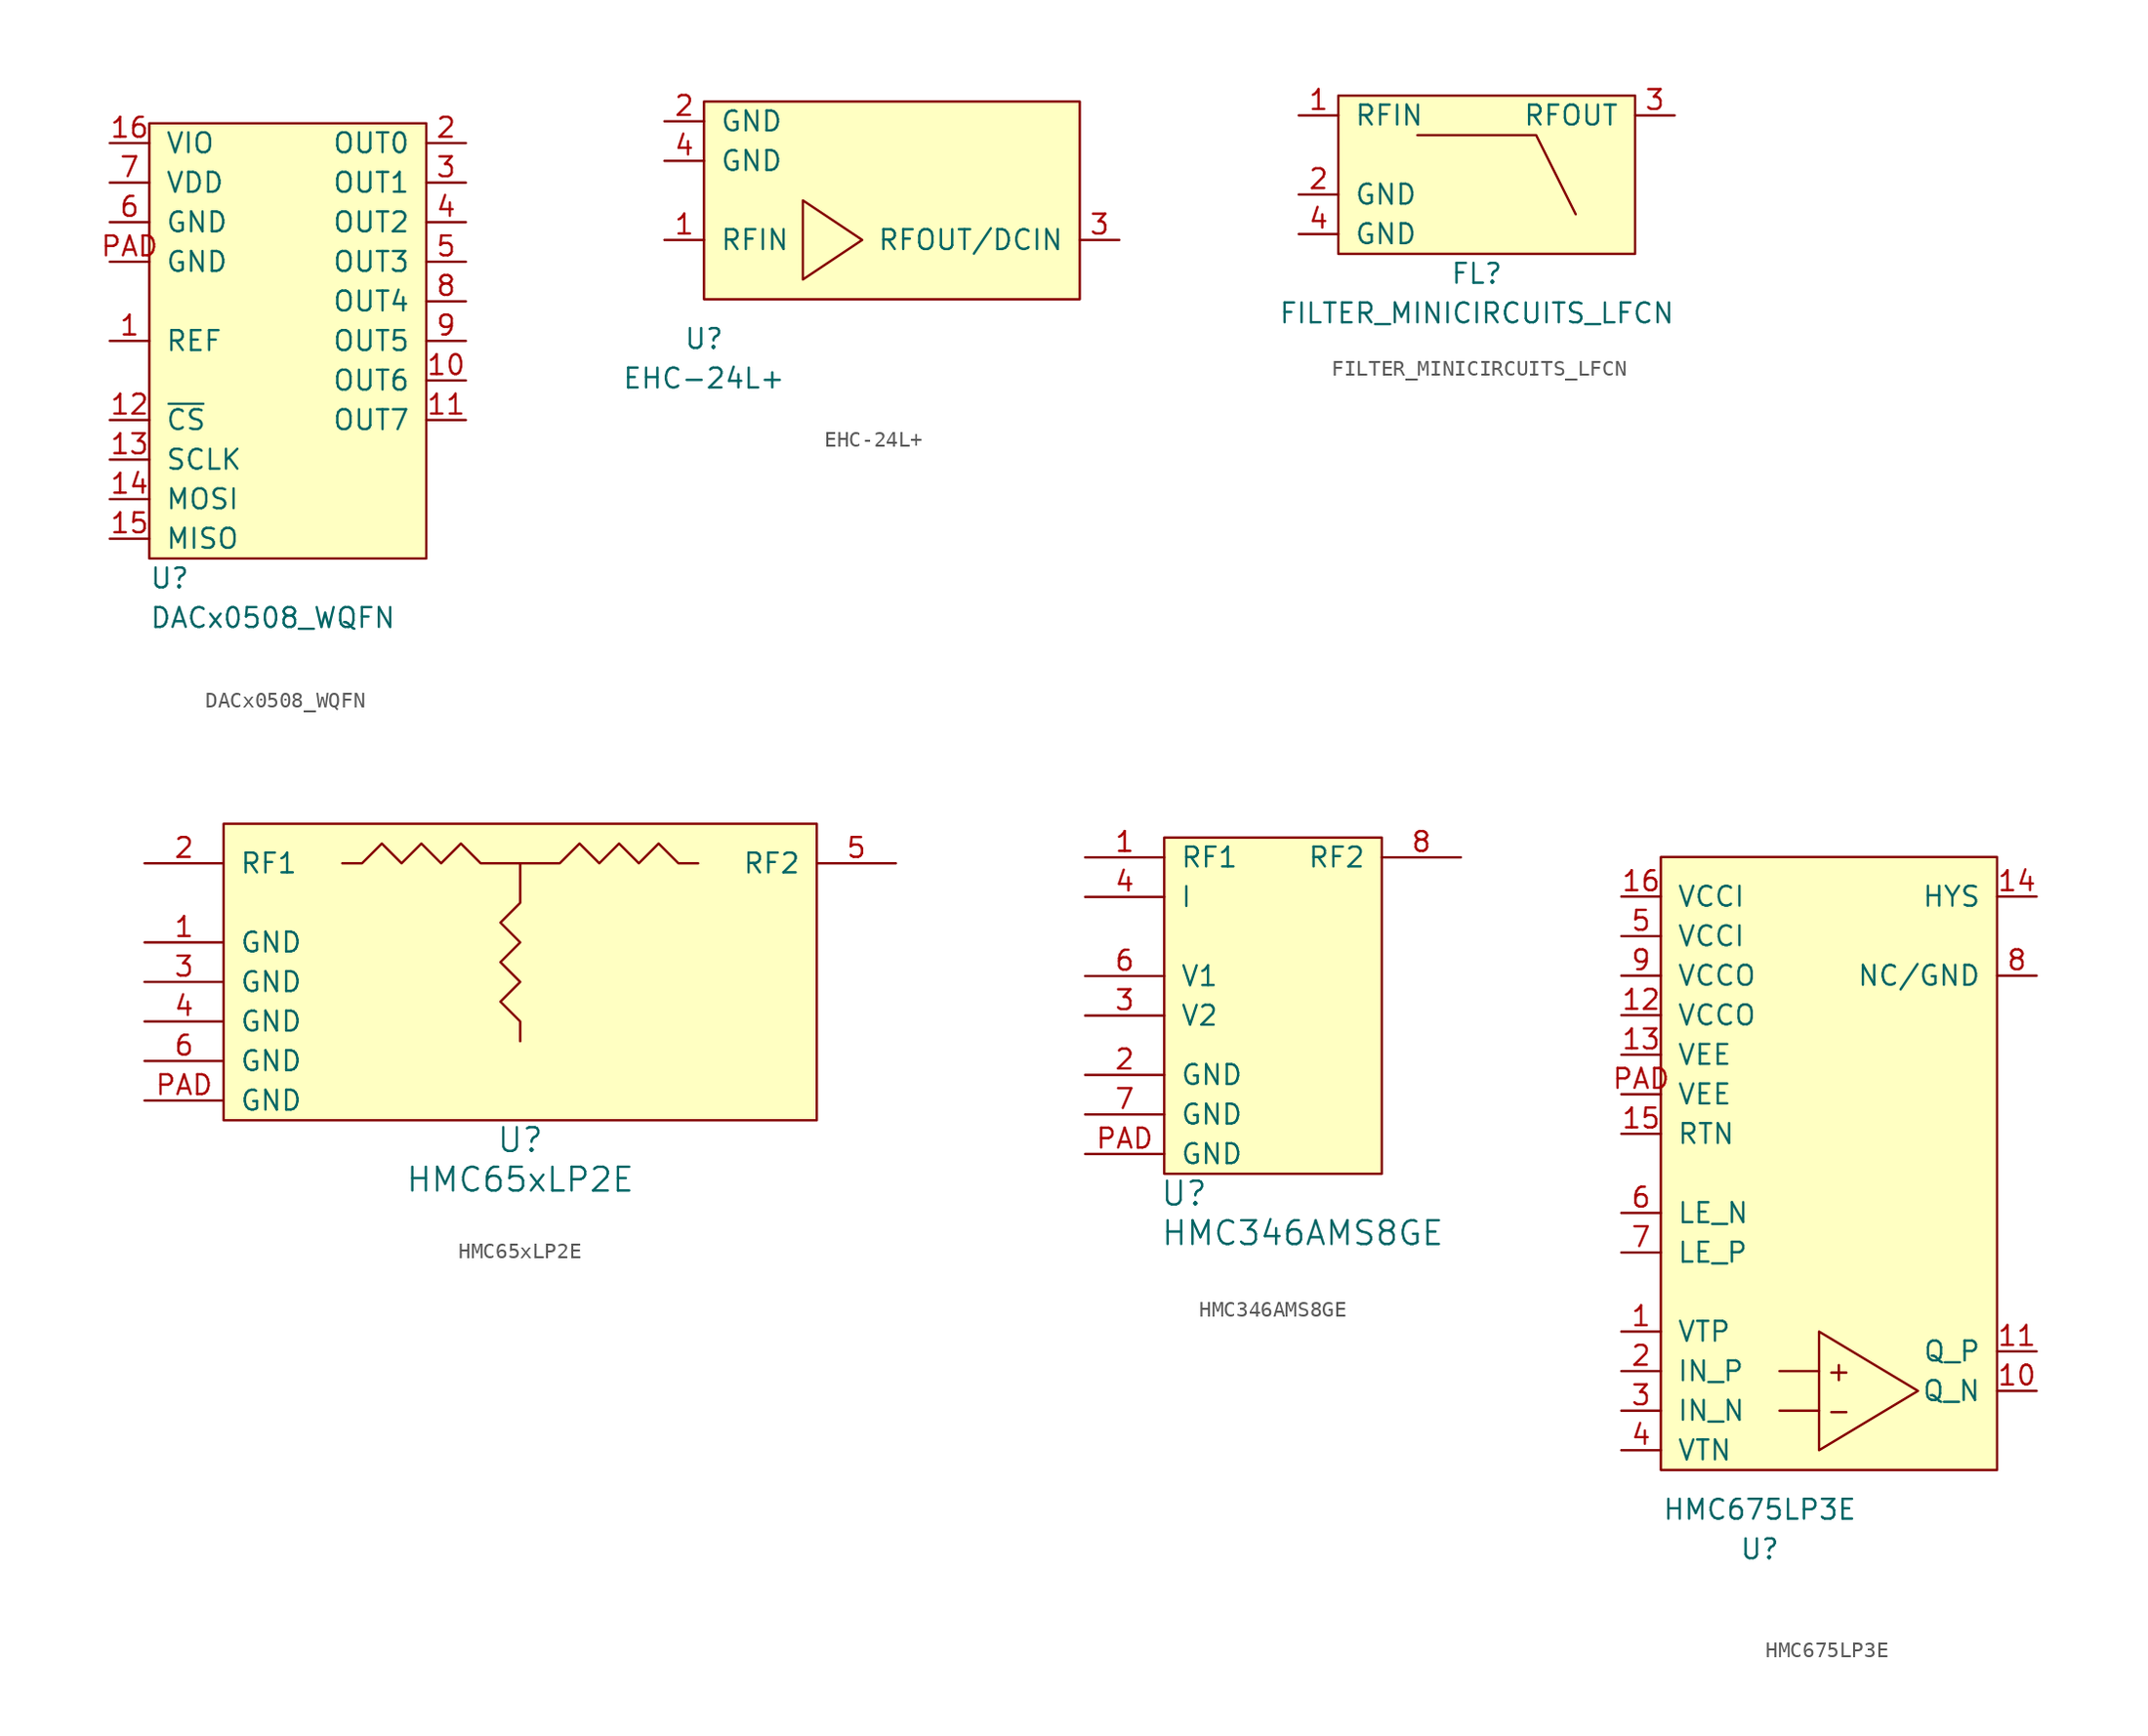
<source format=kicad_sym>
(kicad_symbol_lib
  (version 20211014)
  (generator kicad_symbol_editor)
  (symbol "DACx0508_WQFN"
    (pin_names
      (offset 1.016))
    (property "Reference" "U"
      (at 0 -1.27 0)
      (effects (font (size 1.27 1.27)) (justify left)))
    (property "Value" "DACx0508_WQFN"
      (at 0 -3.81 0)
      (effects (font (size 1.27 1.27)) (justify left)))
    (symbol "DACx0508_WQFN_0_1"
      (rectangle (start 0 27.94) (end 17.78 0) (stroke (width 0) (type default) (color 0 0 0 0)) (fill (type background))))
    (symbol "DACx0508_WQFN_1_1"
      (pin passive line (at -2.54 13.97 0) (length 2.54) (name "REF" (effects (font (size 1.27 1.27)))) (number "1" (effects (font (size 1.27 1.27)))))
      (pin output line (at 20.32 11.43 180) (length 2.54) (name "OUT6" (effects (font (size 1.27 1.27)))) (number "10" (effects (font (size 1.27 1.27)))))
      (pin output line (at 20.32 8.89 180) (length 2.54) (name "OUT7" (effects (font (size 1.27 1.27)))) (number "11" (effects (font (size 1.27 1.27)))))
      (pin input line (at -2.54 8.89 0) (length 2.54) (name "~{CS}" (effects (font (size 1.27 1.27)))) (number "12" (effects (font (size 1.27 1.27)))))
      (pin input line (at -2.54 6.35 0) (length 2.54) (name "SCLK" (effects (font (size 1.27 1.27)))) (number "13" (effects (font (size 1.27 1.27)))))
      (pin input line (at -2.54 3.81 0) (length 2.54) (name "MOSI" (effects (font (size 1.27 1.27)))) (number "14" (effects (font (size 1.27 1.27)))))
      (pin output line (at -2.54 1.27 0) (length 2.54) (name "MISO" (effects (font (size 1.27 1.27)))) (number "15" (effects (font (size 1.27 1.27)))))
      (pin power_in line (at -2.54 26.67 0) (length 2.54) (name "VIO" (effects (font (size 1.27 1.27)))) (number "16" (effects (font (size 1.27 1.27)))))
      (pin output line (at 20.32 26.67 180) (length 2.54) (name "OUT0" (effects (font (size 1.27 1.27)))) (number "2" (effects (font (size 1.27 1.27)))))
      (pin output line (at 20.32 24.13 180) (length 2.54) (name "OUT1" (effects (font (size 1.27 1.27)))) (number "3" (effects (font (size 1.27 1.27)))))
      (pin output line (at 20.32 21.59 180) (length 2.54) (name "OUT2" (effects (font (size 1.27 1.27)))) (number "4" (effects (font (size 1.27 1.27)))))
      (pin output line (at 20.32 19.05 180) (length 2.54) (name "OUT3" (effects (font (size 1.27 1.27)))) (number "5" (effects (font (size 1.27 1.27)))))
      (pin power_in line (at -2.54 21.59 0) (length 2.54) (name "GND" (effects (font (size 1.27 1.27)))) (number "6" (effects (font (size 1.27 1.27)))))
      (pin power_in line (at -2.54 24.13 0) (length 2.54) (name "VDD" (effects (font (size 1.27 1.27)))) (number "7" (effects (font (size 1.27 1.27)))))
      (pin output line (at 20.32 16.51 180) (length 2.54) (name "OUT4" (effects (font (size 1.27 1.27)))) (number "8" (effects (font (size 1.27 1.27)))))
      (pin output line (at 20.32 13.97 180) (length 2.54) (name "OUT5" (effects (font (size 1.27 1.27)))) (number "9" (effects (font (size 1.27 1.27)))))
      (pin power_in line (at -2.54 19.05 0) (length 2.54) (name "GND" (effects (font (size 1.27 1.27)))) (number "PAD" (effects (font (size 1.27 1.27)))))))
  (symbol "EHC-24L+"
    (pin_names
      (offset 1.016))
    (property "Reference" "U"
      (at 0 -2.54 0)
      (effects (font (size 1.27 1.27))))
    (property "Value" "EHC-24L+"
      (at 0 -5.08 0)
      (effects (font (size 1.27 1.27))))
    (symbol "EHC-24L+_0_1"
      (polyline (pts (xy 6.35 2.54) (xy 6.35 6.35) (xy 10.16 3.81) (xy 6.35 1.27) (xy 6.35 2.54)) (stroke (width 0) (type default) (color 0 0 0 0)) (fill (type none)))
      (rectangle (start 0 12.7) (end 24.13 0) (stroke (width 0) (type default) (color 0 0 0 0)) (fill (type background))))
    (symbol "EHC-24L+_1_1"
      (pin input line (at -2.54 3.81 0) (length 2.54) (name "RFIN" (effects (font (size 1.27 1.27)))) (number "1" (effects (font (size 1.27 1.27)))))
      (pin power_in line (at -2.54 11.43 0) (length 2.54) (name "GND" (effects (font (size 1.27 1.27)))) (number "2" (effects (font (size 1.27 1.27)))))
      (pin input line (at 26.67 3.81 180) (length 2.54) (name "RFOUT/DCIN" (effects (font (size 1.27 1.27)))) (number "3" (effects (font (size 1.27 1.27)))))
      (pin power_in line (at -2.54 8.89 0) (length 2.54) (name "GND" (effects (font (size 1.27 1.27)))) (number "4" (effects (font (size 1.27 1.27)))))))
  (symbol "FILTER_MINICIRCUITS_LFCN"
    (pin_names
      (offset 1.016))
    (property "Reference" "FL"
      (at 0 -1.27 0)
      (effects (font (size 1.27 1.27))))
    (property "Value" "FILTER_MINICIRCUITS_LFCN"
      (at 0 -3.81 0)
      (effects (font (size 1.27 1.27))))
    (symbol "FILTER_MINICIRCUITS_LFCN_0_1"
      (rectangle (start -8.89 10.16) (end 10.16 0) (stroke (width 0) (type default) (color 0 0 0 0)) (fill (type background)))
      (polyline (pts (xy -3.81 7.62) (xy 3.81 7.62) (xy 6.35 2.54)) (stroke (width 0) (type default) (color 0 0 0 0)) (fill (type none))))
    (symbol "FILTER_MINICIRCUITS_LFCN_1_1"
      (pin input line (at -11.43 8.89 0) (length 2.54) (name "RFIN" (effects (font (size 1.27 1.27)))) (number "1" (effects (font (size 1.27 1.27)))))
      (pin power_in line (at -11.43 3.81 0) (length 2.54) (name "GND" (effects (font (size 1.27 1.27)))) (number "2" (effects (font (size 1.27 1.27)))))
      (pin output line (at 12.7 8.89 180) (length 2.54) (name "RFOUT" (effects (font (size 1.27 1.27)))) (number "3" (effects (font (size 1.27 1.27)))))
      (pin power_in line (at -11.43 1.27 0) (length 2.54) (name "GND" (effects (font (size 1.27 1.27)))) (number "4" (effects (font (size 1.27 1.27)))))))
  (symbol "HMC65xLP2E"
    (pin_names
      (offset 1.016))
    (property "Reference" "U"
      (at 0 -1.27 0)
      (effects (font (size 1.524 1.524))))
    (property "Value" "HMC65xLP2E"
      (at 0 -3.81 0)
      (effects (font (size 1.524 1.524))))
    (symbol "HMC65xLP2E_0_1"
      (rectangle (start -19.05 19.05) (end 19.05 0) (stroke (width 0) (type default) (color 0 0 0 0)) (fill (type background)))
      (polyline (pts (xy 0 16.51) (xy 2.54 16.51) (xy 3.81 17.78) (xy 5.08 16.51) (xy 6.35 17.78) (xy 7.62 16.51) (xy 8.89 17.78) (xy 10.16 16.51) (xy 11.43 16.51)) (stroke (width 0) (type default) (color 0 0 0 0)) (fill (type none)))
      (polyline (pts (xy -11.43 16.51) (xy -10.16 16.51) (xy -8.89 17.78) (xy -7.62 16.51) (xy -6.35 17.78) (xy -5.08 16.51) (xy -3.81 17.78) (xy -2.54 16.51) (xy 0 16.51) (xy 0 13.97) (xy -1.27 12.7) (xy 0 11.43) (xy -1.27 10.16) (xy 0 8.89) (xy -1.27 7.62) (xy 0 6.35) (xy 0 5.08)) (stroke (width 0) (type default) (color 0 0 0 0)) (fill (type none))))
    (symbol "HMC65xLP2E_1_1"
      (pin power_in line (at -24.13 11.43 0) (length 5.08) (name "GND" (effects (font (size 1.27 1.27)))) (number "1" (effects (font (size 1.27 1.27)))))
      (pin passive line (at -24.13 16.51 0) (length 5.08) (name "RF1" (effects (font (size 1.27 1.27)))) (number "2" (effects (font (size 1.27 1.27)))))
      (pin power_in line (at -24.13 8.89 0) (length 5.08) (name "GND" (effects (font (size 1.27 1.27)))) (number "3" (effects (font (size 1.27 1.27)))))
      (pin power_in line (at -24.13 6.35 0) (length 5.08) (name "GND" (effects (font (size 1.27 1.27)))) (number "4" (effects (font (size 1.27 1.27)))))
      (pin passive line (at 24.13 16.51 180) (length 5.08) (name "RF2" (effects (font (size 1.27 1.27)))) (number "5" (effects (font (size 1.27 1.27)))))
      (pin power_in line (at -24.13 3.81 0) (length 5.08) (name "GND" (effects (font (size 1.27 1.27)))) (number "6" (effects (font (size 1.27 1.27)))))
      (pin power_in line (at -24.13 1.27 0) (length 5.08) (name "GND" (effects (font (size 1.27 1.27)))) (number "PAD" (effects (font (size 1.27 1.27)))))))
  (symbol "HMC346AMS8GE"
    (pin_names
      (offset 1.016))
    (property "Reference" "U"
      (at 1.27 -1.27 0)
      (effects (font (size 1.524 1.524))))
    (property "Value" "HMC346AMS8GE"
      (at 8.89 -3.81 0)
      (effects (font (size 1.524 1.524))))
    (symbol "HMC346AMS8GE_0_1"
      (rectangle (start 0 21.59) (end 13.97 0) (stroke (width 0) (type default) (color 0 0 0 0)) (fill (type background))))
    (symbol "HMC346AMS8GE_1_1"
      (pin passive line (at -5.08 20.32 0) (length 5.08) (name "RF1" (effects (font (size 1.27 1.27)))) (number "1" (effects (font (size 1.27 1.27)))))
      (pin power_in line (at -5.08 6.35 0) (length 5.08) (name "GND" (effects (font (size 1.27 1.27)))) (number "2" (effects (font (size 1.27 1.27)))))
      (pin input line (at -5.08 10.16 0) (length 5.08) (name "V2" (effects (font (size 1.27 1.27)))) (number "3" (effects (font (size 1.27 1.27)))))
      (pin passive line (at -5.08 17.78 0) (length 5.08) (name "I" (effects (font (size 1.27 1.27)))) (number "4" (effects (font (size 1.27 1.27)))))
      (pin input line (at -5.08 12.7 0) (length 5.08) (name "V1" (effects (font (size 1.27 1.27)))) (number "6" (effects (font (size 1.27 1.27)))))
      (pin power_in line (at -5.08 3.81 0) (length 5.08) (name "GND" (effects (font (size 1.27 1.27)))) (number "7" (effects (font (size 1.27 1.27)))))
      (pin passive line (at 19.05 20.32 180) (length 5.08) (name "RF2" (effects (font (size 1.27 1.27)))) (number "8" (effects (font (size 1.27 1.27)))))
      (pin power_in line (at -5.08 1.27 0) (length 5.08) (name "GND" (effects (font (size 1.27 1.27)))) (number "PAD" (effects (font (size 1.27 1.27)))))))
  (symbol "HMC675LP3E"
    (pin_names
      (offset 1.016))
    (property "Reference" "U"
      (at 6.35 -5.08 0)
      (effects (font (size 1.27 1.27))))
    (property "Value" "HMC675LP3E"
      (at 6.35 -2.54 0)
      (effects (font (size 1.27 1.27))))
    (symbol "HMC675LP3E_0_0"
      (rectangle (start 0 39.37) (end 21.59 0) (stroke (width 0) (type default) (color 0 0 0 0)) (fill (type background)))
      (text "+" (at 11.43 6.35 0) (effects (font (size 1.27 1.27))))
      (text "-" (at 11.43 3.81 0) (effects (font (size 1.27 1.27)))))
    (symbol "HMC675LP3E_0_1"
      (polyline (pts (xy 10.16 3.81) (xy 7.62 3.81)) (stroke (width 0) (type default) (color 0 0 0 0)) (fill (type none)))
      (polyline (pts (xy 10.16 6.35) (xy 7.62 6.35)) (stroke (width 0) (type default) (color 0 0 0 0)) (fill (type none)))
      (polyline (pts (xy 10.16 8.89) (xy 10.16 1.27) (xy 16.51 5.08) (xy 10.16 8.89)) (stroke (width 0) (type default) (color 0 0 0 0)) (fill (type none))))
    (symbol "HMC675LP3E_1_1"
      (pin passive line (at -2.54 8.89 0) (length 2.54) (name "VTP" (effects (font (size 1.27 1.27)))) (number "1" (effects (font (size 1.27 1.27)))))
      (pin output line (at 24.13 5.08 180) (length 2.54) (name "Q_N" (effects (font (size 1.27 1.27)))) (number "10" (effects (font (size 1.27 1.27)))))
      (pin output line (at 24.13 7.62 180) (length 2.54) (name "Q_P" (effects (font (size 1.27 1.27)))) (number "11" (effects (font (size 1.27 1.27)))))
      (pin power_in line (at -2.54 29.21 0) (length 2.54) (name "VCCO" (effects (font (size 1.27 1.27)))) (number "12" (effects (font (size 1.27 1.27)))))
      (pin power_in line (at -2.54 26.67 0) (length 2.54) (name "VEE" (effects (font (size 1.27 1.27)))) (number "13" (effects (font (size 1.27 1.27)))))
      (pin passive line (at 24.13 36.83 180) (length 2.54) (name "HYS" (effects (font (size 1.27 1.27)))) (number "14" (effects (font (size 1.27 1.27)))))
      (pin power_in line (at -2.54 21.59 0) (length 2.54) (name "RTN" (effects (font (size 1.27 1.27)))) (number "15" (effects (font (size 1.27 1.27)))))
      (pin power_in line (at -2.54 36.83 0) (length 2.54) (name "VCCI" (effects (font (size 1.27 1.27)))) (number "16" (effects (font (size 1.27 1.27)))))
      (pin input line (at -2.54 6.35 0) (length 2.54) (name "IN_P" (effects (font (size 1.27 1.27)))) (number "2" (effects (font (size 1.27 1.27)))))
      (pin input line (at -2.54 3.81 0) (length 2.54) (name "IN_N" (effects (font (size 1.27 1.27)))) (number "3" (effects (font (size 1.27 1.27)))))
      (pin passive line (at -2.54 1.27 0) (length 2.54) (name "VTN" (effects (font (size 1.27 1.27)))) (number "4" (effects (font (size 1.27 1.27)))))
      (pin power_in line (at -2.54 34.29 0) (length 2.54) (name "VCCI" (effects (font (size 1.27 1.27)))) (number "5" (effects (font (size 1.27 1.27)))))
      (pin input line (at -2.54 16.51 0) (length 2.54) (name "LE_N" (effects (font (size 1.27 1.27)))) (number "6" (effects (font (size 1.27 1.27)))))
      (pin input line (at -2.54 13.97 0) (length 2.54) (name "LE_P" (effects (font (size 1.27 1.27)))) (number "7" (effects (font (size 1.27 1.27)))))
      (pin passive line (at 24.13 31.75 180) (length 2.54) (name "NC/GND" (effects (font (size 1.27 1.27)))) (number "8" (effects (font (size 1.27 1.27)))))
      (pin power_in line (at -2.54 31.75 0) (length 2.54) (name "VCCO" (effects (font (size 1.27 1.27)))) (number "9" (effects (font (size 1.27 1.27)))))
      (pin power_in line (at -2.54 24.13 0) (length 2.54) (name "VEE" (effects (font (size 1.27 1.27)))) (number "PAD" (effects (font (size 1.27 1.27))))))))
</source>
